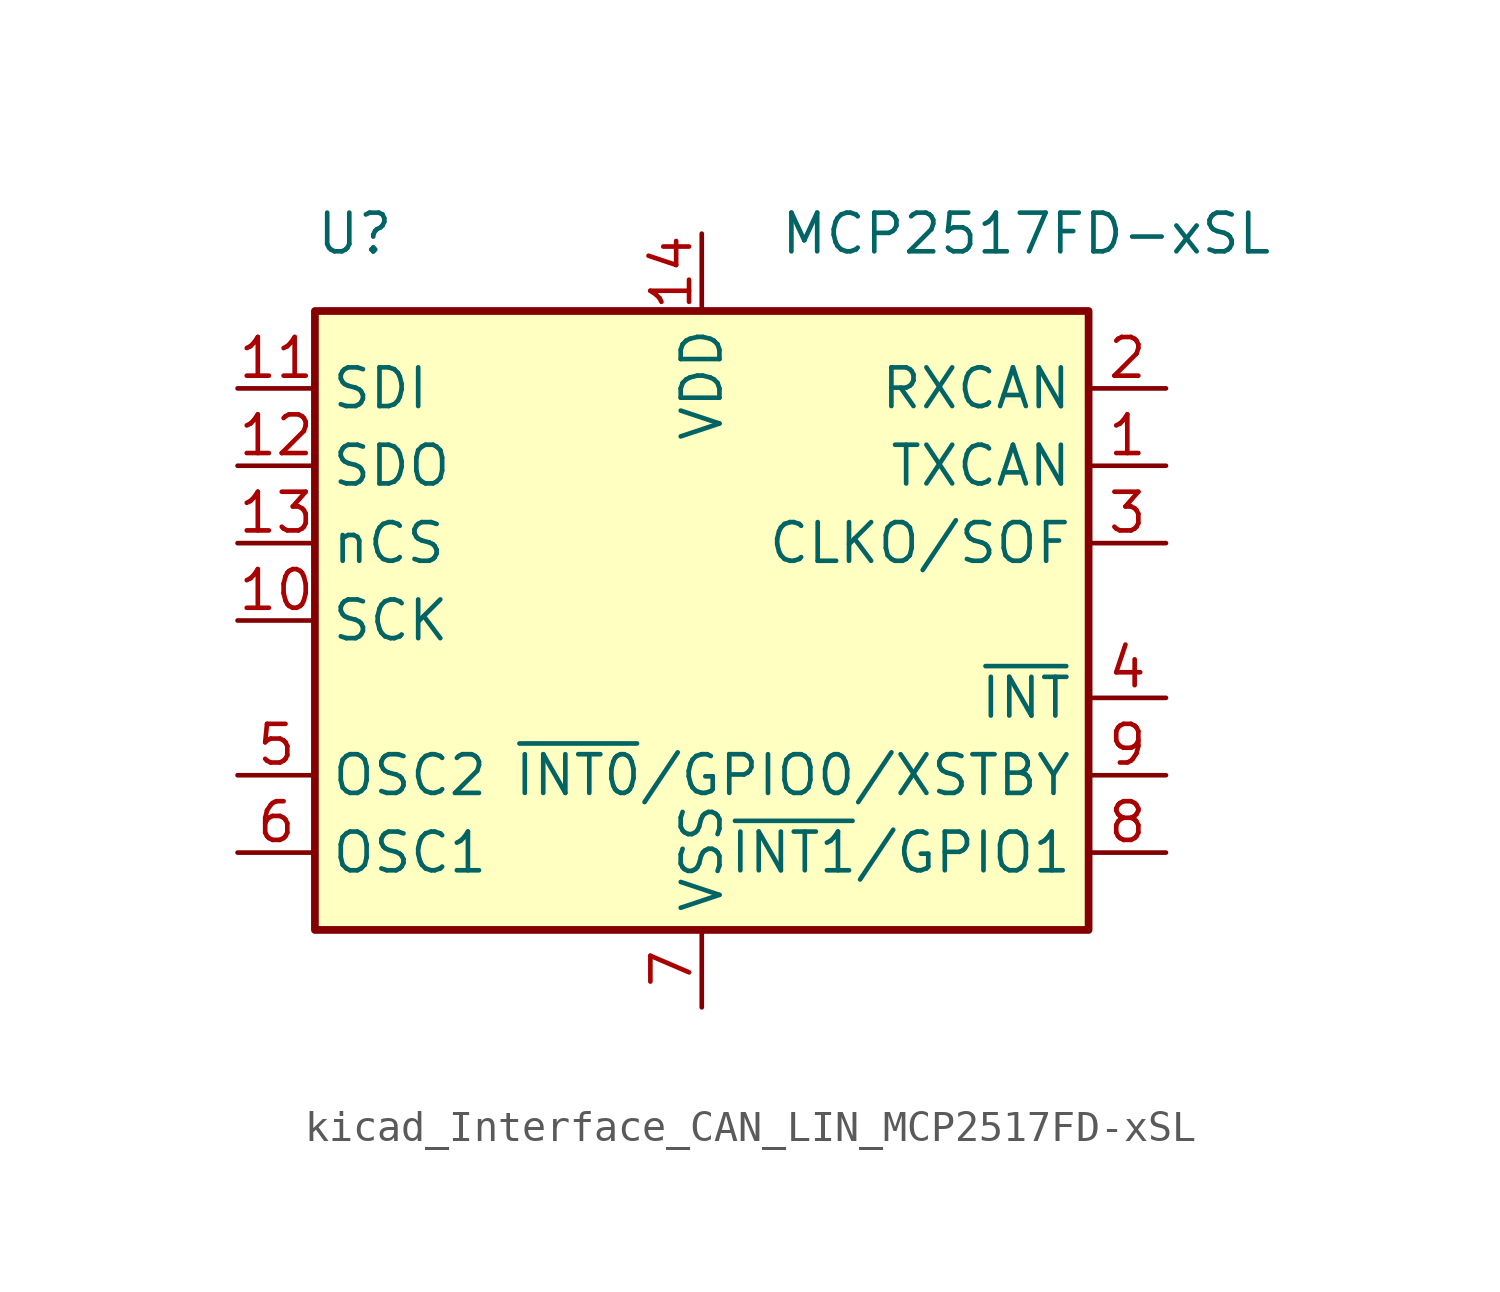
<source format=kicad_sym>
(kicad_symbol_lib
  (version 20220914)
  (generator kicad_symbol_editor)
  (symbol "kicad_Interface_CAN_LIN_MCP2517FD-xSL"
    (property "Reference" "U"
      (at -12.7 12.7 0)
      (effects (font (size 1.27 1.27)) (justify left)))
    (property "Value" "MCP2517FD-xSL"
      (at 2.54 12.7 0)
      (effects (font (size 1.27 1.27)) (justify left)))
    (symbol "kicad_Interface_CAN_LIN_MCP2517FD-xSL_0_1"
      (rectangle (start -12.7 10.16) (end 12.7 -10.16) (stroke (width 0.254) (type default)) (fill (type background))))
    (symbol "kicad_Interface_CAN_LIN_MCP2517FD-xSL_1_1"
      (pin output line (at 15.24 5.08 180) (length 2.54) (name "TXCAN" (effects (font (size 1.27 1.27)))) (number "1" (effects (font (size 1.27 1.27)))))
      (pin input line (at -15.24 0 0) (length 2.54) (name "SCK" (effects (font (size 1.27 1.27)))) (number "10" (effects (font (size 1.27 1.27)))))
      (pin input line (at -15.24 7.62 0) (length 2.54) (name "SDI" (effects (font (size 1.27 1.27)))) (number "11" (effects (font (size 1.27 1.27)))))
      (pin output line (at -15.24 5.08 0) (length 2.54) (name "SDO" (effects (font (size 1.27 1.27)))) (number "12" (effects (font (size 1.27 1.27)))))
      (pin input line (at -15.24 2.54 0) (length 2.54) (name "nCS" (effects (font (size 1.27 1.27)))) (number "13" (effects (font (size 1.27 1.27)))))
      (pin power_in line (at 0 12.7 270) (length 2.54) (name "VDD" (effects (font (size 1.27 1.27)))) (number "14" (effects (font (size 1.27 1.27)))))
      (pin input line (at 15.24 7.62 180) (length 2.54) (name "RXCAN" (effects (font (size 1.27 1.27)))) (number "2" (effects (font (size 1.27 1.27)))))
      (pin output line (at 15.24 2.54 180) (length 2.54) (name "CLKO/SOF" (effects (font (size 1.27 1.27)))) (number "3" (effects (font (size 1.27 1.27)))))
      (pin output line (at 15.24 -2.54 180) (length 2.54) (name "~{INT}" (effects (font (size 1.27 1.27)))) (number "4" (effects (font (size 1.27 1.27)))))
      (pin output line (at -15.24 -5.08 0) (length 2.54) (name "OSC2" (effects (font (size 1.27 1.27)))) (number "5" (effects (font (size 1.27 1.27)))))
      (pin input line (at -15.24 -7.62 0) (length 2.54) (name "OSC1" (effects (font (size 1.27 1.27)))) (number "6" (effects (font (size 1.27 1.27)))))
      (pin power_in line (at 0 -12.7 90) (length 2.54) (name "VSS" (effects (font (size 1.27 1.27)))) (number "7" (effects (font (size 1.27 1.27)))))
      (pin bidirectional line (at 15.24 -7.62 180) (length 2.54) (name "~{INT1}/GPIO1" (effects (font (size 1.27 1.27)))) (number "8" (effects (font (size 1.27 1.27)))))
      (pin bidirectional line (at 15.24 -5.08 180) (length 2.54) (name "~{INT0}/GPIO0/XSTBY" (effects (font (size 1.27 1.27)))) (number "9" (effects (font (size 1.27 1.27))))))))
</source>
